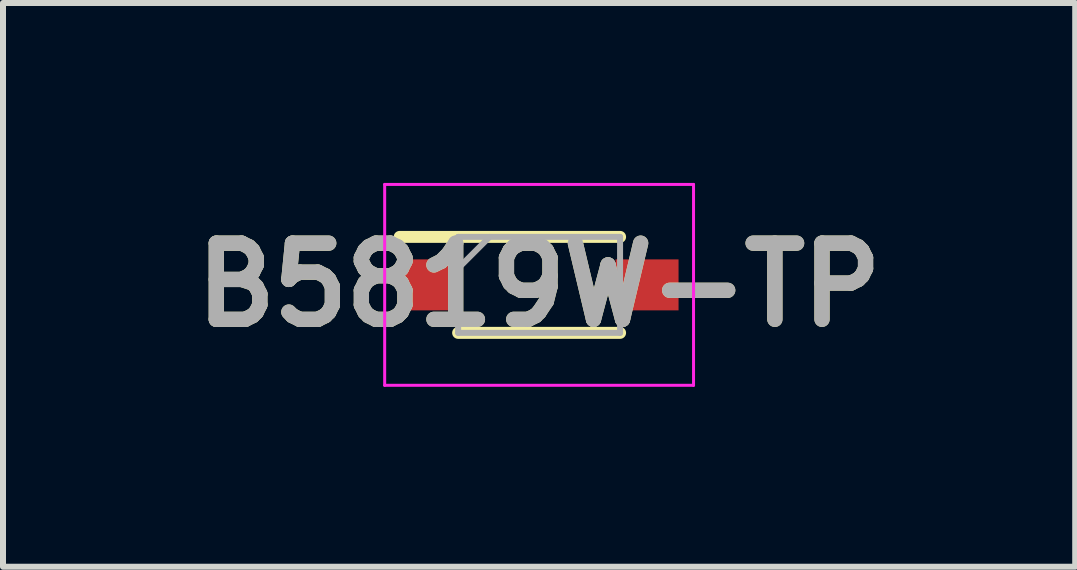
<source format=kicad_pcb>
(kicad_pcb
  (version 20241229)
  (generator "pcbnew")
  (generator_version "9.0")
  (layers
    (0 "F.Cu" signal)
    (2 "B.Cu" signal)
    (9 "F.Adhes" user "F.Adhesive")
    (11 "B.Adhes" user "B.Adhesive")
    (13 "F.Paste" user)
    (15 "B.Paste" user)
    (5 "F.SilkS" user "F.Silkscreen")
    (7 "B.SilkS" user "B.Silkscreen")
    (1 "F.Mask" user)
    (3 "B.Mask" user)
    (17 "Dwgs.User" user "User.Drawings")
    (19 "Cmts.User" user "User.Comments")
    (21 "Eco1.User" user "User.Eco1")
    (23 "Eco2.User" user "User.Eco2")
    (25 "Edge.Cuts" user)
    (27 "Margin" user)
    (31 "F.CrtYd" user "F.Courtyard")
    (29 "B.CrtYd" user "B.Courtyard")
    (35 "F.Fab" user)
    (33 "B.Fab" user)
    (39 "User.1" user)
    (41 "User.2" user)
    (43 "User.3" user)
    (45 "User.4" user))
  (footprint "B5819W-TP"
    (layer "F.Cu")
    (at 5.939 1.7)
    (property "Reference" "B5819W-TP" (at 0 0 0) (layer "F.SilkS") (effects (font (size 1.27 1.27) (thickness 0.254))))
    (attr smd)
    (fp_line (start -2.325 -0.8) (end 1.35 -0.8) (stroke (width 0.2) (type solid)) (layer "F.SilkS"))
    (fp_line (start -1.35 0.8) (end 1.35 0.8) (stroke (width 0.2) (type solid)) (layer "F.SilkS"))
    (fp_line (start -2.575 -1.675) (end 2.575 -1.675) (stroke (width 0.05) (type solid)) (layer "F.CrtYd"))
    (fp_line (start -2.575 1.675) (end -2.575 -1.675) (stroke (width 0.05) (type solid)) (layer "F.CrtYd"))
    (fp_line (start 2.575 -1.675) (end 2.575 1.675) (stroke (width 0.05) (type solid)) (layer "F.CrtYd"))
    (fp_line (start 2.575 1.675) (end -2.575 1.675) (stroke (width 0.05) (type solid)) (layer "F.CrtYd"))
    (fp_line (start -1.35 -0.8) (end 1.35 -0.8) (stroke (width 0.1) (type solid)) (layer "F.Fab"))
    (fp_line (start -1.35 -0.275) (end -0.825 -0.8) (stroke (width 0.1) (type solid)) (layer "F.Fab"))
    (fp_line (start -1.35 0.8) (end -1.35 -0.8) (stroke (width 0.1) (type solid)) (layer "F.Fab"))
    (fp_line (start 1.35 -0.8) (end 1.35 0.8) (stroke (width 0.1) (type solid)) (layer "F.Fab"))
    (fp_line (start 1.35 0.8) (end -1.35 0.8) (stroke (width 0.1) (type solid)) (layer "F.Fab"))
    (fp_text user "${REFERENCE}" (at 0 0 0) (layer "F.Fab") (effects (font (size 1.27 1.27) (thickness 0.254))))
    (pad "1" smd rect (at -1.8 0 90) (size 0.85 1.05) (layers "F.Cu" "F.Mask" "F.Paste"))
    (pad "2" smd rect (at 1.8 0 90) (size 0.85 1.05) (layers "F.Cu" "F.Mask" "F.Paste")))
  (gr_rect
    (start -3 -3)
    (end 14.878 6.4)
    (stroke (width 0.1) (type default))
    (fill no)
    (layer "Edge.Cuts")))
</source>
